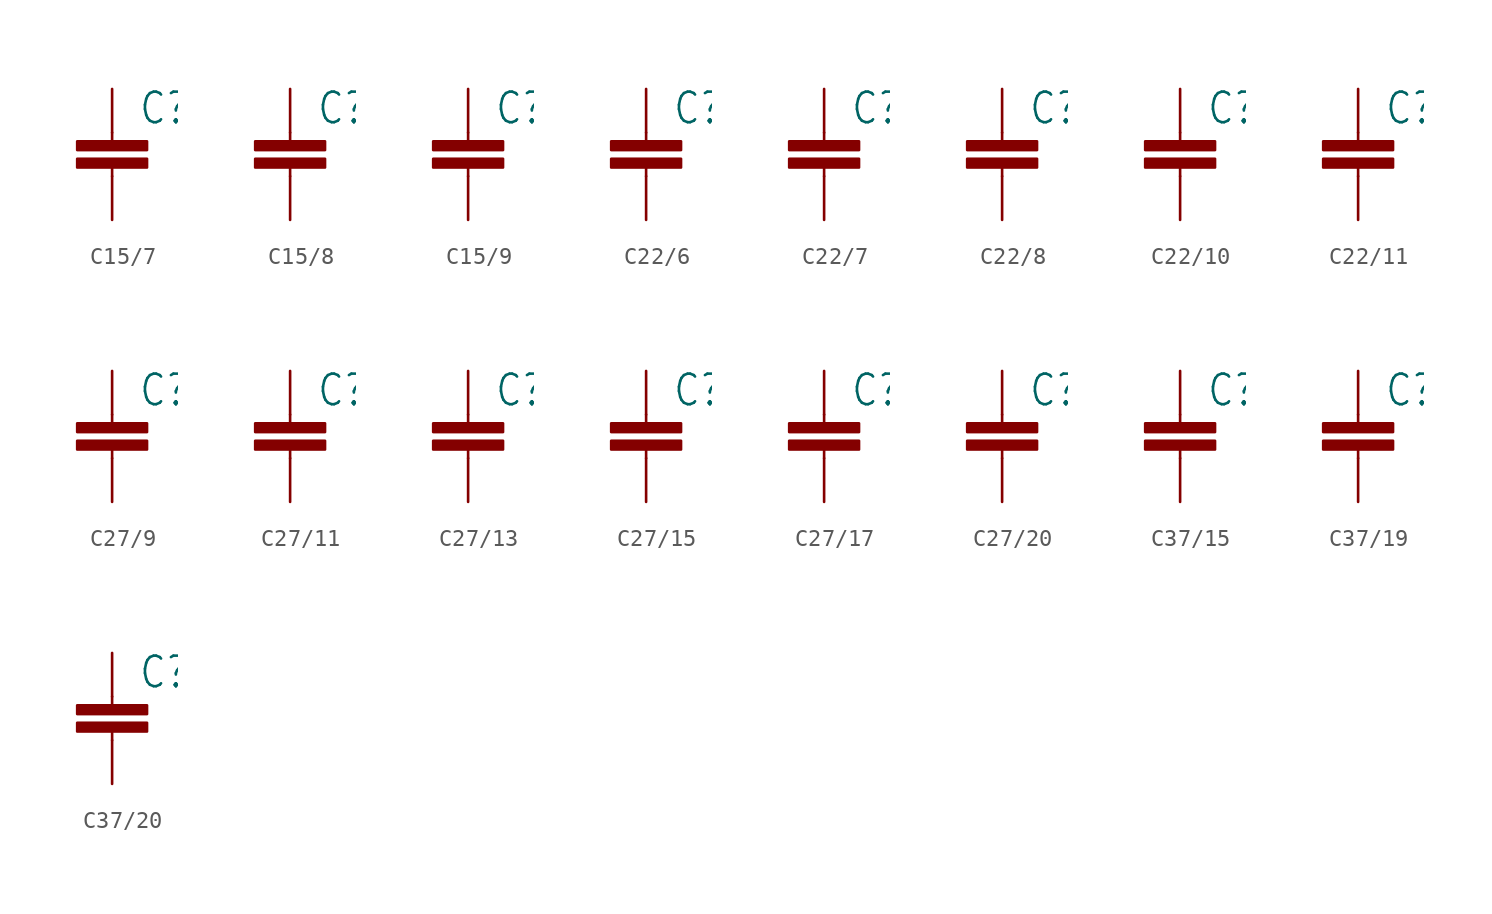
<source format=kicad_sym>
(kicad_symbol_lib
  (version 20220914)
  (generator kicad_symbol_editor)
  (symbol "C15/7"
    (property "Reference" "C"
      (at 1.524 0.381 0)
      (effects (font (size 1.778 1.511)) (justify left bottom)))
    (property "Value" ""
      (at 1.524 -4.699 0)
      (effects (font (size 1.778 1.511)) (justify left bottom)))
    (property "ki_locked" ""
      (at 0 0 0)
      (effects (font (size 1.27 1.27))))
    (symbol "C15/7_1_0"
      (rectangle (start -2.032 -2.032) (end 2.032 -1.524) (stroke (width 0) (type default)) (fill (type outline)))
      (rectangle (start -2.032 -1.016) (end 2.032 -0.508) (stroke (width 0) (type default)) (fill (type outline)))
      (polyline (pts (xy 0 -2.54) (xy 0 -2.032)) (stroke (width 0.152) (type solid)) (fill (type none)))
      (polyline (pts (xy 0 0) (xy 0 -0.508)) (stroke (width 0.152) (type solid)) (fill (type none)))
      (pin passive line (at 0 2.54 270) (length 2.54) (name "1" (effects (font (size 0 0)))) (number "1" (effects (font (size 0 0)))))
      (pin passive line (at 0 -5.08 90) (length 2.54) (name "2" (effects (font (size 0 0)))) (number "2" (effects (font (size 0 0)))))))
  (symbol "C15/8"
    (property "Reference" "C"
      (at 1.524 0.381 0)
      (effects (font (size 1.778 1.511)) (justify left bottom)))
    (property "Value" ""
      (at 1.524 -4.699 0)
      (effects (font (size 1.778 1.511)) (justify left bottom)))
    (property "ki_locked" ""
      (at 0 0 0)
      (effects (font (size 1.27 1.27))))
    (symbol "C15/8_1_0"
      (rectangle (start -2.032 -2.032) (end 2.032 -1.524) (stroke (width 0) (type default)) (fill (type outline)))
      (rectangle (start -2.032 -1.016) (end 2.032 -0.508) (stroke (width 0) (type default)) (fill (type outline)))
      (polyline (pts (xy 0 -2.54) (xy 0 -2.032)) (stroke (width 0.152) (type solid)) (fill (type none)))
      (polyline (pts (xy 0 0) (xy 0 -0.508)) (stroke (width 0.152) (type solid)) (fill (type none)))
      (pin passive line (at 0 2.54 270) (length 2.54) (name "1" (effects (font (size 0 0)))) (number "1" (effects (font (size 0 0)))))
      (pin passive line (at 0 -5.08 90) (length 2.54) (name "2" (effects (font (size 0 0)))) (number "2" (effects (font (size 0 0)))))))
  (symbol "C15/9"
    (property "Reference" "C"
      (at 1.524 0.381 0)
      (effects (font (size 1.778 1.511)) (justify left bottom)))
    (property "Value" ""
      (at 1.524 -4.699 0)
      (effects (font (size 1.778 1.511)) (justify left bottom)))
    (property "ki_locked" ""
      (at 0 0 0)
      (effects (font (size 1.27 1.27))))
    (symbol "C15/9_1_0"
      (rectangle (start -2.032 -2.032) (end 2.032 -1.524) (stroke (width 0) (type default)) (fill (type outline)))
      (rectangle (start -2.032 -1.016) (end 2.032 -0.508) (stroke (width 0) (type default)) (fill (type outline)))
      (polyline (pts (xy 0 -2.54) (xy 0 -2.032)) (stroke (width 0.152) (type solid)) (fill (type none)))
      (polyline (pts (xy 0 0) (xy 0 -0.508)) (stroke (width 0.152) (type solid)) (fill (type none)))
      (pin passive line (at 0 2.54 270) (length 2.54) (name "1" (effects (font (size 0 0)))) (number "1" (effects (font (size 0 0)))))
      (pin passive line (at 0 -5.08 90) (length 2.54) (name "2" (effects (font (size 0 0)))) (number "2" (effects (font (size 0 0)))))))
  (symbol "C22/6"
    (property "Reference" "C"
      (at 1.524 0.381 0)
      (effects (font (size 1.778 1.511)) (justify left bottom)))
    (property "Value" ""
      (at 1.524 -4.699 0)
      (effects (font (size 1.778 1.511)) (justify left bottom)))
    (property "ki_locked" ""
      (at 0 0 0)
      (effects (font (size 1.27 1.27))))
    (symbol "C22/6_1_0"
      (rectangle (start -2.032 -2.032) (end 2.032 -1.524) (stroke (width 0) (type default)) (fill (type outline)))
      (rectangle (start -2.032 -1.016) (end 2.032 -0.508) (stroke (width 0) (type default)) (fill (type outline)))
      (polyline (pts (xy 0 -2.54) (xy 0 -2.032)) (stroke (width 0.152) (type solid)) (fill (type none)))
      (polyline (pts (xy 0 0) (xy 0 -0.508)) (stroke (width 0.152) (type solid)) (fill (type none)))
      (pin passive line (at 0 2.54 270) (length 2.54) (name "1" (effects (font (size 0 0)))) (number "1" (effects (font (size 0 0)))))
      (pin passive line (at 0 -5.08 90) (length 2.54) (name "2" (effects (font (size 0 0)))) (number "2" (effects (font (size 0 0)))))))
  (symbol "C22/7"
    (property "Reference" "C"
      (at 1.524 0.381 0)
      (effects (font (size 1.778 1.511)) (justify left bottom)))
    (property "Value" ""
      (at 1.524 -4.699 0)
      (effects (font (size 1.778 1.511)) (justify left bottom)))
    (property "ki_locked" ""
      (at 0 0 0)
      (effects (font (size 1.27 1.27))))
    (symbol "C22/7_1_0"
      (rectangle (start -2.032 -2.032) (end 2.032 -1.524) (stroke (width 0) (type default)) (fill (type outline)))
      (rectangle (start -2.032 -1.016) (end 2.032 -0.508) (stroke (width 0) (type default)) (fill (type outline)))
      (polyline (pts (xy 0 -2.54) (xy 0 -2.032)) (stroke (width 0.152) (type solid)) (fill (type none)))
      (polyline (pts (xy 0 0) (xy 0 -0.508)) (stroke (width 0.152) (type solid)) (fill (type none)))
      (pin passive line (at 0 2.54 270) (length 2.54) (name "1" (effects (font (size 0 0)))) (number "1" (effects (font (size 0 0)))))
      (pin passive line (at 0 -5.08 90) (length 2.54) (name "2" (effects (font (size 0 0)))) (number "2" (effects (font (size 0 0)))))))
  (symbol "C22/8"
    (property "Reference" "C"
      (at 1.524 0.381 0)
      (effects (font (size 1.778 1.511)) (justify left bottom)))
    (property "Value" ""
      (at 1.524 -4.699 0)
      (effects (font (size 1.778 1.511)) (justify left bottom)))
    (property "ki_locked" ""
      (at 0 0 0)
      (effects (font (size 1.27 1.27))))
    (symbol "C22/8_1_0"
      (rectangle (start -2.032 -2.032) (end 2.032 -1.524) (stroke (width 0) (type default)) (fill (type outline)))
      (rectangle (start -2.032 -1.016) (end 2.032 -0.508) (stroke (width 0) (type default)) (fill (type outline)))
      (polyline (pts (xy 0 -2.54) (xy 0 -2.032)) (stroke (width 0.152) (type solid)) (fill (type none)))
      (polyline (pts (xy 0 0) (xy 0 -0.508)) (stroke (width 0.152) (type solid)) (fill (type none)))
      (pin passive line (at 0 2.54 270) (length 2.54) (name "1" (effects (font (size 0 0)))) (number "1" (effects (font (size 0 0)))))
      (pin passive line (at 0 -5.08 90) (length 2.54) (name "2" (effects (font (size 0 0)))) (number "2" (effects (font (size 0 0)))))))
  (symbol "C22/10"
    (property "Reference" "C"
      (at 1.524 0.381 0)
      (effects (font (size 1.778 1.511)) (justify left bottom)))
    (property "Value" ""
      (at 1.524 -4.699 0)
      (effects (font (size 1.778 1.511)) (justify left bottom)))
    (property "ki_locked" ""
      (at 0 0 0)
      (effects (font (size 1.27 1.27))))
    (symbol "C22/10_1_0"
      (rectangle (start -2.032 -2.032) (end 2.032 -1.524) (stroke (width 0) (type default)) (fill (type outline)))
      (rectangle (start -2.032 -1.016) (end 2.032 -0.508) (stroke (width 0) (type default)) (fill (type outline)))
      (polyline (pts (xy 0 -2.54) (xy 0 -2.032)) (stroke (width 0.152) (type solid)) (fill (type none)))
      (polyline (pts (xy 0 0) (xy 0 -0.508)) (stroke (width 0.152) (type solid)) (fill (type none)))
      (pin passive line (at 0 2.54 270) (length 2.54) (name "1" (effects (font (size 0 0)))) (number "1" (effects (font (size 0 0)))))
      (pin passive line (at 0 -5.08 90) (length 2.54) (name "2" (effects (font (size 0 0)))) (number "2" (effects (font (size 0 0)))))))
  (symbol "C22/11"
    (property "Reference" "C"
      (at 1.524 0.381 0)
      (effects (font (size 1.778 1.511)) (justify left bottom)))
    (property "Value" ""
      (at 1.524 -4.699 0)
      (effects (font (size 1.778 1.511)) (justify left bottom)))
    (property "ki_locked" ""
      (at 0 0 0)
      (effects (font (size 1.27 1.27))))
    (symbol "C22/11_1_0"
      (rectangle (start -2.032 -2.032) (end 2.032 -1.524) (stroke (width 0) (type default)) (fill (type outline)))
      (rectangle (start -2.032 -1.016) (end 2.032 -0.508) (stroke (width 0) (type default)) (fill (type outline)))
      (polyline (pts (xy 0 -2.54) (xy 0 -2.032)) (stroke (width 0.152) (type solid)) (fill (type none)))
      (polyline (pts (xy 0 0) (xy 0 -0.508)) (stroke (width 0.152) (type solid)) (fill (type none)))
      (pin passive line (at 0 2.54 270) (length 2.54) (name "1" (effects (font (size 0 0)))) (number "1" (effects (font (size 0 0)))))
      (pin passive line (at 0 -5.08 90) (length 2.54) (name "2" (effects (font (size 0 0)))) (number "2" (effects (font (size 0 0)))))))
  (symbol "C27/9"
    (property "Reference" "C"
      (at 1.524 0.381 0)
      (effects (font (size 1.778 1.511)) (justify left bottom)))
    (property "Value" ""
      (at 1.524 -4.699 0)
      (effects (font (size 1.778 1.511)) (justify left bottom)))
    (property "ki_locked" ""
      (at 0 0 0)
      (effects (font (size 1.27 1.27))))
    (symbol "C27/9_1_0"
      (rectangle (start -2.032 -2.032) (end 2.032 -1.524) (stroke (width 0) (type default)) (fill (type outline)))
      (rectangle (start -2.032 -1.016) (end 2.032 -0.508) (stroke (width 0) (type default)) (fill (type outline)))
      (polyline (pts (xy 0 -2.54) (xy 0 -2.032)) (stroke (width 0.152) (type solid)) (fill (type none)))
      (polyline (pts (xy 0 0) (xy 0 -0.508)) (stroke (width 0.152) (type solid)) (fill (type none)))
      (pin passive line (at 0 2.54 270) (length 2.54) (name "1" (effects (font (size 0 0)))) (number "1" (effects (font (size 0 0)))))
      (pin passive line (at 0 -5.08 90) (length 2.54) (name "2" (effects (font (size 0 0)))) (number "2" (effects (font (size 0 0)))))))
  (symbol "C27/11"
    (property "Reference" "C"
      (at 1.524 0.381 0)
      (effects (font (size 1.778 1.511)) (justify left bottom)))
    (property "Value" ""
      (at 1.524 -4.699 0)
      (effects (font (size 1.778 1.511)) (justify left bottom)))
    (property "ki_locked" ""
      (at 0 0 0)
      (effects (font (size 1.27 1.27))))
    (symbol "C27/11_1_0"
      (rectangle (start -2.032 -2.032) (end 2.032 -1.524) (stroke (width 0) (type default)) (fill (type outline)))
      (rectangle (start -2.032 -1.016) (end 2.032 -0.508) (stroke (width 0) (type default)) (fill (type outline)))
      (polyline (pts (xy 0 -2.54) (xy 0 -2.032)) (stroke (width 0.152) (type solid)) (fill (type none)))
      (polyline (pts (xy 0 0) (xy 0 -0.508)) (stroke (width 0.152) (type solid)) (fill (type none)))
      (pin passive line (at 0 2.54 270) (length 2.54) (name "1" (effects (font (size 0 0)))) (number "1" (effects (font (size 0 0)))))
      (pin passive line (at 0 -5.08 90) (length 2.54) (name "2" (effects (font (size 0 0)))) (number "2" (effects (font (size 0 0)))))))
  (symbol "C27/13"
    (property "Reference" "C"
      (at 1.524 0.381 0)
      (effects (font (size 1.778 1.511)) (justify left bottom)))
    (property "Value" ""
      (at 1.524 -4.699 0)
      (effects (font (size 1.778 1.511)) (justify left bottom)))
    (property "ki_locked" ""
      (at 0 0 0)
      (effects (font (size 1.27 1.27))))
    (symbol "C27/13_1_0"
      (rectangle (start -2.032 -2.032) (end 2.032 -1.524) (stroke (width 0) (type default)) (fill (type outline)))
      (rectangle (start -2.032 -1.016) (end 2.032 -0.508) (stroke (width 0) (type default)) (fill (type outline)))
      (polyline (pts (xy 0 -2.54) (xy 0 -2.032)) (stroke (width 0.152) (type solid)) (fill (type none)))
      (polyline (pts (xy 0 0) (xy 0 -0.508)) (stroke (width 0.152) (type solid)) (fill (type none)))
      (pin passive line (at 0 2.54 270) (length 2.54) (name "1" (effects (font (size 0 0)))) (number "1" (effects (font (size 0 0)))))
      (pin passive line (at 0 -5.08 90) (length 2.54) (name "2" (effects (font (size 0 0)))) (number "2" (effects (font (size 0 0)))))))
  (symbol "C27/15"
    (property "Reference" "C"
      (at 1.524 0.381 0)
      (effects (font (size 1.778 1.511)) (justify left bottom)))
    (property "Value" ""
      (at 1.524 -4.699 0)
      (effects (font (size 1.778 1.511)) (justify left bottom)))
    (property "ki_locked" ""
      (at 0 0 0)
      (effects (font (size 1.27 1.27))))
    (symbol "C27/15_1_0"
      (rectangle (start -2.032 -2.032) (end 2.032 -1.524) (stroke (width 0) (type default)) (fill (type outline)))
      (rectangle (start -2.032 -1.016) (end 2.032 -0.508) (stroke (width 0) (type default)) (fill (type outline)))
      (polyline (pts (xy 0 -2.54) (xy 0 -2.032)) (stroke (width 0.152) (type solid)) (fill (type none)))
      (polyline (pts (xy 0 0) (xy 0 -0.508)) (stroke (width 0.152) (type solid)) (fill (type none)))
      (pin passive line (at 0 2.54 270) (length 2.54) (name "1" (effects (font (size 0 0)))) (number "1" (effects (font (size 0 0)))))
      (pin passive line (at 0 -5.08 90) (length 2.54) (name "2" (effects (font (size 0 0)))) (number "2" (effects (font (size 0 0)))))))
  (symbol "C27/17"
    (property "Reference" "C"
      (at 1.524 0.381 0)
      (effects (font (size 1.778 1.511)) (justify left bottom)))
    (property "Value" ""
      (at 1.524 -4.699 0)
      (effects (font (size 1.778 1.511)) (justify left bottom)))
    (property "ki_locked" ""
      (at 0 0 0)
      (effects (font (size 1.27 1.27))))
    (symbol "C27/17_1_0"
      (rectangle (start -2.032 -2.032) (end 2.032 -1.524) (stroke (width 0) (type default)) (fill (type outline)))
      (rectangle (start -2.032 -1.016) (end 2.032 -0.508) (stroke (width 0) (type default)) (fill (type outline)))
      (polyline (pts (xy 0 -2.54) (xy 0 -2.032)) (stroke (width 0.152) (type solid)) (fill (type none)))
      (polyline (pts (xy 0 0) (xy 0 -0.508)) (stroke (width 0.152) (type solid)) (fill (type none)))
      (pin passive line (at 0 2.54 270) (length 2.54) (name "1" (effects (font (size 0 0)))) (number "1" (effects (font (size 0 0)))))
      (pin passive line (at 0 -5.08 90) (length 2.54) (name "2" (effects (font (size 0 0)))) (number "2" (effects (font (size 0 0)))))))
  (symbol "C27/20"
    (property "Reference" "C"
      (at 1.524 0.381 0)
      (effects (font (size 1.778 1.511)) (justify left bottom)))
    (property "Value" ""
      (at 1.524 -4.699 0)
      (effects (font (size 1.778 1.511)) (justify left bottom)))
    (property "ki_locked" ""
      (at 0 0 0)
      (effects (font (size 1.27 1.27))))
    (symbol "C27/20_1_0"
      (rectangle (start -2.032 -2.032) (end 2.032 -1.524) (stroke (width 0) (type default)) (fill (type outline)))
      (rectangle (start -2.032 -1.016) (end 2.032 -0.508) (stroke (width 0) (type default)) (fill (type outline)))
      (polyline (pts (xy 0 -2.54) (xy 0 -2.032)) (stroke (width 0.152) (type solid)) (fill (type none)))
      (polyline (pts (xy 0 0) (xy 0 -0.508)) (stroke (width 0.152) (type solid)) (fill (type none)))
      (pin passive line (at 0 2.54 270) (length 2.54) (name "1" (effects (font (size 0 0)))) (number "1" (effects (font (size 0 0)))))
      (pin passive line (at 0 -5.08 90) (length 2.54) (name "2" (effects (font (size 0 0)))) (number "2" (effects (font (size 0 0)))))))
  (symbol "C37/15"
    (property "Reference" "C"
      (at 1.524 0.381 0)
      (effects (font (size 1.778 1.511)) (justify left bottom)))
    (property "Value" ""
      (at 1.524 -4.699 0)
      (effects (font (size 1.778 1.511)) (justify left bottom)))
    (property "ki_locked" ""
      (at 0 0 0)
      (effects (font (size 1.27 1.27))))
    (symbol "C37/15_1_0"
      (rectangle (start -2.032 -2.032) (end 2.032 -1.524) (stroke (width 0) (type default)) (fill (type outline)))
      (rectangle (start -2.032 -1.016) (end 2.032 -0.508) (stroke (width 0) (type default)) (fill (type outline)))
      (polyline (pts (xy 0 -2.54) (xy 0 -2.032)) (stroke (width 0.152) (type solid)) (fill (type none)))
      (polyline (pts (xy 0 0) (xy 0 -0.508)) (stroke (width 0.152) (type solid)) (fill (type none)))
      (pin passive line (at 0 2.54 270) (length 2.54) (name "1" (effects (font (size 0 0)))) (number "1" (effects (font (size 0 0)))))
      (pin passive line (at 0 -5.08 90) (length 2.54) (name "2" (effects (font (size 0 0)))) (number "2" (effects (font (size 0 0)))))))
  (symbol "C37/19"
    (property "Reference" "C"
      (at 1.524 0.381 0)
      (effects (font (size 1.778 1.511)) (justify left bottom)))
    (property "Value" ""
      (at 1.524 -4.699 0)
      (effects (font (size 1.778 1.511)) (justify left bottom)))
    (property "ki_locked" ""
      (at 0 0 0)
      (effects (font (size 1.27 1.27))))
    (symbol "C37/19_1_0"
      (rectangle (start -2.032 -2.032) (end 2.032 -1.524) (stroke (width 0) (type default)) (fill (type outline)))
      (rectangle (start -2.032 -1.016) (end 2.032 -0.508) (stroke (width 0) (type default)) (fill (type outline)))
      (polyline (pts (xy 0 -2.54) (xy 0 -2.032)) (stroke (width 0.152) (type solid)) (fill (type none)))
      (polyline (pts (xy 0 0) (xy 0 -0.508)) (stroke (width 0.152) (type solid)) (fill (type none)))
      (pin passive line (at 0 2.54 270) (length 2.54) (name "1" (effects (font (size 0 0)))) (number "1" (effects (font (size 0 0)))))
      (pin passive line (at 0 -5.08 90) (length 2.54) (name "2" (effects (font (size 0 0)))) (number "2" (effects (font (size 0 0)))))))
  (symbol "C37/20"
    (property "Reference" "C"
      (at 1.524 0.381 0)
      (effects (font (size 1.778 1.511)) (justify left bottom)))
    (property "Value" ""
      (at 1.524 -4.699 0)
      (effects (font (size 1.778 1.511)) (justify left bottom)))
    (property "ki_locked" ""
      (at 0 0 0)
      (effects (font (size 1.27 1.27))))
    (symbol "C37/20_1_0"
      (rectangle (start -2.032 -2.032) (end 2.032 -1.524) (stroke (width 0) (type default)) (fill (type outline)))
      (rectangle (start -2.032 -1.016) (end 2.032 -0.508) (stroke (width 0) (type default)) (fill (type outline)))
      (polyline (pts (xy 0 -2.54) (xy 0 -2.032)) (stroke (width 0.152) (type solid)) (fill (type none)))
      (polyline (pts (xy 0 0) (xy 0 -0.508)) (stroke (width 0.152) (type solid)) (fill (type none)))
      (pin passive line (at 0 2.54 270) (length 2.54) (name "1" (effects (font (size 0 0)))) (number "1" (effects (font (size 0 0)))))
      (pin passive line (at 0 -5.08 90) (length 2.54) (name "2" (effects (font (size 0 0)))) (number "2" (effects (font (size 0 0))))))))
</source>
